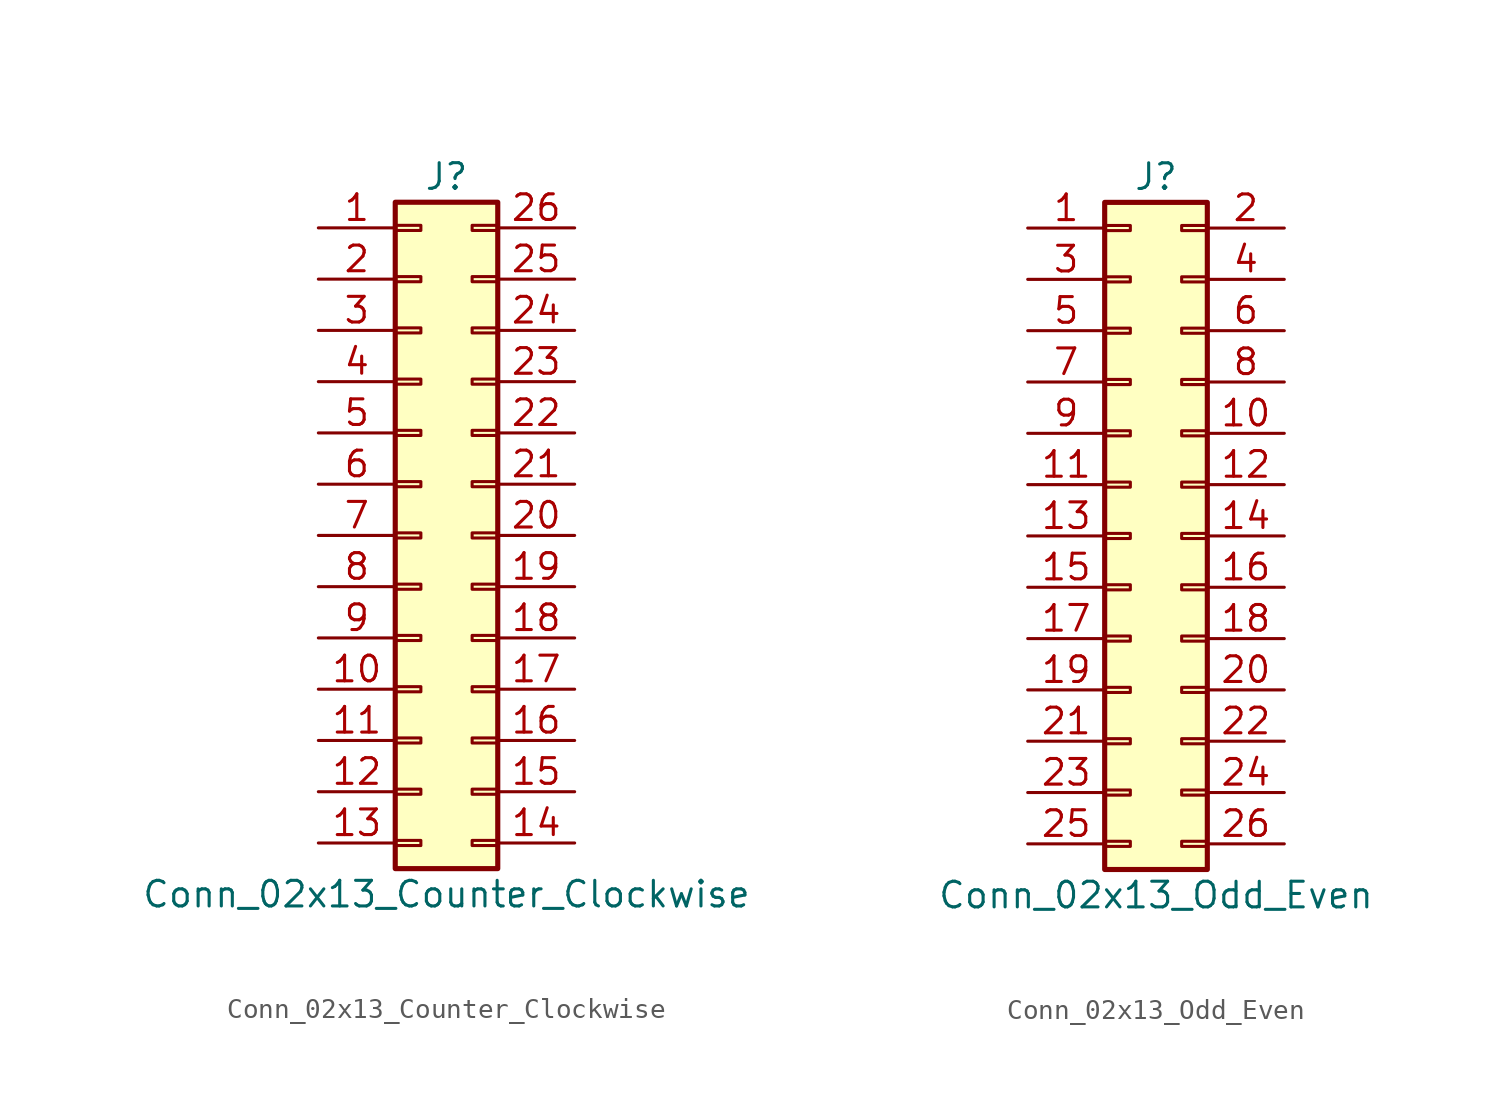
<source format=kicad_sym>
(kicad_symbol_lib
  (version 20220914)
  (generator kicad_symbol_editor)
  (symbol "Conn_02x13_Counter_Clockwise"
    (pin_names
      (offset 1.016) hide)
    (property "Reference" "J"
      (at 1.27 17.78 0)
      (effects (font (size 1.27 1.27))))
    (property "Value" "Conn_02x13_Counter_Clockwise"
      (at 1.27 -17.78 0)
      (effects (font (size 1.27 1.27))))
    (symbol "Conn_02x13_Counter_Clockwise_1_1"
      (rectangle (start -1.27 -15.113) (end 0 -15.367) (stroke (width 0.152) (type solid)) (fill (type none)))
      (rectangle (start -1.27 -12.573) (end 0 -12.827) (stroke (width 0.152) (type solid)) (fill (type none)))
      (rectangle (start -1.27 -10.033) (end 0 -10.287) (stroke (width 0.152) (type solid)) (fill (type none)))
      (rectangle (start -1.27 -7.493) (end 0 -7.747) (stroke (width 0.152) (type solid)) (fill (type none)))
      (rectangle (start -1.27 -4.953) (end 0 -5.207) (stroke (width 0.152) (type solid)) (fill (type none)))
      (rectangle (start -1.27 -2.413) (end 0 -2.667) (stroke (width 0.152) (type solid)) (fill (type none)))
      (rectangle (start -1.27 0.127) (end 0 -0.127) (stroke (width 0.152) (type solid)) (fill (type none)))
      (rectangle (start -1.27 2.667) (end 0 2.413) (stroke (width 0.152) (type solid)) (fill (type none)))
      (rectangle (start -1.27 5.207) (end 0 4.953) (stroke (width 0.152) (type solid)) (fill (type none)))
      (rectangle (start -1.27 7.747) (end 0 7.493) (stroke (width 0.152) (type solid)) (fill (type none)))
      (rectangle (start -1.27 10.287) (end 0 10.033) (stroke (width 0.152) (type solid)) (fill (type none)))
      (rectangle (start -1.27 12.827) (end 0 12.573) (stroke (width 0.152) (type solid)) (fill (type none)))
      (rectangle (start -1.27 15.367) (end 0 15.113) (stroke (width 0.152) (type solid)) (fill (type none)))
      (rectangle (start -1.27 16.51) (end 3.81 -16.51) (stroke (width 0.254) (type solid)) (fill (type background)))
      (rectangle (start 3.81 -15.113) (end 2.54 -15.367) (stroke (width 0.152) (type solid)) (fill (type none)))
      (rectangle (start 3.81 -12.573) (end 2.54 -12.827) (stroke (width 0.152) (type solid)) (fill (type none)))
      (rectangle (start 3.81 -10.033) (end 2.54 -10.287) (stroke (width 0.152) (type solid)) (fill (type none)))
      (rectangle (start 3.81 -7.493) (end 2.54 -7.747) (stroke (width 0.152) (type solid)) (fill (type none)))
      (rectangle (start 3.81 -4.953) (end 2.54 -5.207) (stroke (width 0.152) (type solid)) (fill (type none)))
      (rectangle (start 3.81 -2.413) (end 2.54 -2.667) (stroke (width 0.152) (type solid)) (fill (type none)))
      (rectangle (start 3.81 0.127) (end 2.54 -0.127) (stroke (width 0.152) (type solid)) (fill (type none)))
      (rectangle (start 3.81 2.667) (end 2.54 2.413) (stroke (width 0.152) (type solid)) (fill (type none)))
      (rectangle (start 3.81 5.207) (end 2.54 4.953) (stroke (width 0.152) (type solid)) (fill (type none)))
      (rectangle (start 3.81 7.747) (end 2.54 7.493) (stroke (width 0.152) (type solid)) (fill (type none)))
      (rectangle (start 3.81 10.287) (end 2.54 10.033) (stroke (width 0.152) (type solid)) (fill (type none)))
      (rectangle (start 3.81 12.827) (end 2.54 12.573) (stroke (width 0.152) (type solid)) (fill (type none)))
      (rectangle (start 3.81 15.367) (end 2.54 15.113) (stroke (width 0.152) (type solid)) (fill (type none)))
      (pin passive line (at -5.08 15.24 0) (length 3.81) (name "Pin_1" (effects (font (size 1.27 1.27)))) (number "1" (effects (font (size 1.27 1.27)))))
      (pin passive line (at -5.08 -7.62 0) (length 3.81) (name "Pin_10" (effects (font (size 1.27 1.27)))) (number "10" (effects (font (size 1.27 1.27)))))
      (pin passive line (at -5.08 -10.16 0) (length 3.81) (name "Pin_11" (effects (font (size 1.27 1.27)))) (number "11" (effects (font (size 1.27 1.27)))))
      (pin passive line (at -5.08 -12.7 0) (length 3.81) (name "Pin_12" (effects (font (size 1.27 1.27)))) (number "12" (effects (font (size 1.27 1.27)))))
      (pin passive line (at -5.08 -15.24 0) (length 3.81) (name "Pin_13" (effects (font (size 1.27 1.27)))) (number "13" (effects (font (size 1.27 1.27)))))
      (pin passive line (at 7.62 -15.24 180) (length 3.81) (name "Pin_14" (effects (font (size 1.27 1.27)))) (number "14" (effects (font (size 1.27 1.27)))))
      (pin passive line (at 7.62 -12.7 180) (length 3.81) (name "Pin_15" (effects (font (size 1.27 1.27)))) (number "15" (effects (font (size 1.27 1.27)))))
      (pin passive line (at 7.62 -10.16 180) (length 3.81) (name "Pin_16" (effects (font (size 1.27 1.27)))) (number "16" (effects (font (size 1.27 1.27)))))
      (pin passive line (at 7.62 -7.62 180) (length 3.81) (name "Pin_17" (effects (font (size 1.27 1.27)))) (number "17" (effects (font (size 1.27 1.27)))))
      (pin passive line (at 7.62 -5.08 180) (length 3.81) (name "Pin_18" (effects (font (size 1.27 1.27)))) (number "18" (effects (font (size 1.27 1.27)))))
      (pin passive line (at 7.62 -2.54 180) (length 3.81) (name "Pin_19" (effects (font (size 1.27 1.27)))) (number "19" (effects (font (size 1.27 1.27)))))
      (pin passive line (at -5.08 12.7 0) (length 3.81) (name "Pin_2" (effects (font (size 1.27 1.27)))) (number "2" (effects (font (size 1.27 1.27)))))
      (pin passive line (at 7.62 0 180) (length 3.81) (name "Pin_20" (effects (font (size 1.27 1.27)))) (number "20" (effects (font (size 1.27 1.27)))))
      (pin passive line (at 7.62 2.54 180) (length 3.81) (name "Pin_21" (effects (font (size 1.27 1.27)))) (number "21" (effects (font (size 1.27 1.27)))))
      (pin passive line (at 7.62 5.08 180) (length 3.81) (name "Pin_22" (effects (font (size 1.27 1.27)))) (number "22" (effects (font (size 1.27 1.27)))))
      (pin passive line (at 7.62 7.62 180) (length 3.81) (name "Pin_23" (effects (font (size 1.27 1.27)))) (number "23" (effects (font (size 1.27 1.27)))))
      (pin passive line (at 7.62 10.16 180) (length 3.81) (name "Pin_24" (effects (font (size 1.27 1.27)))) (number "24" (effects (font (size 1.27 1.27)))))
      (pin passive line (at 7.62 12.7 180) (length 3.81) (name "Pin_25" (effects (font (size 1.27 1.27)))) (number "25" (effects (font (size 1.27 1.27)))))
      (pin passive line (at 7.62 15.24 180) (length 3.81) (name "Pin_26" (effects (font (size 1.27 1.27)))) (number "26" (effects (font (size 1.27 1.27)))))
      (pin passive line (at -5.08 10.16 0) (length 3.81) (name "Pin_3" (effects (font (size 1.27 1.27)))) (number "3" (effects (font (size 1.27 1.27)))))
      (pin passive line (at -5.08 7.62 0) (length 3.81) (name "Pin_4" (effects (font (size 1.27 1.27)))) (number "4" (effects (font (size 1.27 1.27)))))
      (pin passive line (at -5.08 5.08 0) (length 3.81) (name "Pin_5" (effects (font (size 1.27 1.27)))) (number "5" (effects (font (size 1.27 1.27)))))
      (pin passive line (at -5.08 2.54 0) (length 3.81) (name "Pin_6" (effects (font (size 1.27 1.27)))) (number "6" (effects (font (size 1.27 1.27)))))
      (pin passive line (at -5.08 0 0) (length 3.81) (name "Pin_7" (effects (font (size 1.27 1.27)))) (number "7" (effects (font (size 1.27 1.27)))))
      (pin passive line (at -5.08 -2.54 0) (length 3.81) (name "Pin_8" (effects (font (size 1.27 1.27)))) (number "8" (effects (font (size 1.27 1.27)))))
      (pin passive line (at -5.08 -5.08 0) (length 3.81) (name "Pin_9" (effects (font (size 1.27 1.27)))) (number "9" (effects (font (size 1.27 1.27)))))))
  (symbol "Conn_02x13_Odd_Even"
    (pin_names
      (offset 1.016) hide)
    (property "Reference" "J"
      (at 1.27 17.78 0)
      (effects (font (size 1.27 1.27))))
    (property "Value" "Conn_02x13_Odd_Even"
      (at 1.27 -17.78 0)
      (effects (font (size 1.27 1.27))))
    (symbol "Conn_02x13_Odd_Even_1_1"
      (rectangle (start -1.27 -15.113) (end 0 -15.367) (stroke (width 0.152) (type solid)) (fill (type none)))
      (rectangle (start -1.27 -12.573) (end 0 -12.827) (stroke (width 0.152) (type solid)) (fill (type none)))
      (rectangle (start -1.27 -10.033) (end 0 -10.287) (stroke (width 0.152) (type solid)) (fill (type none)))
      (rectangle (start -1.27 -7.493) (end 0 -7.747) (stroke (width 0.152) (type solid)) (fill (type none)))
      (rectangle (start -1.27 -4.953) (end 0 -5.207) (stroke (width 0.152) (type solid)) (fill (type none)))
      (rectangle (start -1.27 -2.413) (end 0 -2.667) (stroke (width 0.152) (type solid)) (fill (type none)))
      (rectangle (start -1.27 0.127) (end 0 -0.127) (stroke (width 0.152) (type solid)) (fill (type none)))
      (rectangle (start -1.27 2.667) (end 0 2.413) (stroke (width 0.152) (type solid)) (fill (type none)))
      (rectangle (start -1.27 5.207) (end 0 4.953) (stroke (width 0.152) (type solid)) (fill (type none)))
      (rectangle (start -1.27 7.747) (end 0 7.493) (stroke (width 0.152) (type solid)) (fill (type none)))
      (rectangle (start -1.27 10.287) (end 0 10.033) (stroke (width 0.152) (type solid)) (fill (type none)))
      (rectangle (start -1.27 12.827) (end 0 12.573) (stroke (width 0.152) (type solid)) (fill (type none)))
      (rectangle (start -1.27 15.367) (end 0 15.113) (stroke (width 0.152) (type solid)) (fill (type none)))
      (rectangle (start -1.27 16.51) (end 3.81 -16.51) (stroke (width 0.254) (type solid)) (fill (type background)))
      (rectangle (start 3.81 -15.113) (end 2.54 -15.367) (stroke (width 0.152) (type solid)) (fill (type none)))
      (rectangle (start 3.81 -12.573) (end 2.54 -12.827) (stroke (width 0.152) (type solid)) (fill (type none)))
      (rectangle (start 3.81 -10.033) (end 2.54 -10.287) (stroke (width 0.152) (type solid)) (fill (type none)))
      (rectangle (start 3.81 -7.493) (end 2.54 -7.747) (stroke (width 0.152) (type solid)) (fill (type none)))
      (rectangle (start 3.81 -4.953) (end 2.54 -5.207) (stroke (width 0.152) (type solid)) (fill (type none)))
      (rectangle (start 3.81 -2.413) (end 2.54 -2.667) (stroke (width 0.152) (type solid)) (fill (type none)))
      (rectangle (start 3.81 0.127) (end 2.54 -0.127) (stroke (width 0.152) (type solid)) (fill (type none)))
      (rectangle (start 3.81 2.667) (end 2.54 2.413) (stroke (width 0.152) (type solid)) (fill (type none)))
      (rectangle (start 3.81 5.207) (end 2.54 4.953) (stroke (width 0.152) (type solid)) (fill (type none)))
      (rectangle (start 3.81 7.747) (end 2.54 7.493) (stroke (width 0.152) (type solid)) (fill (type none)))
      (rectangle (start 3.81 10.287) (end 2.54 10.033) (stroke (width 0.152) (type solid)) (fill (type none)))
      (rectangle (start 3.81 12.827) (end 2.54 12.573) (stroke (width 0.152) (type solid)) (fill (type none)))
      (rectangle (start 3.81 15.367) (end 2.54 15.113) (stroke (width 0.152) (type solid)) (fill (type none)))
      (pin passive line (at -5.08 15.24 0) (length 3.81) (name "Pin_1" (effects (font (size 1.27 1.27)))) (number "1" (effects (font (size 1.27 1.27)))))
      (pin passive line (at 7.62 5.08 180) (length 3.81) (name "Pin_10" (effects (font (size 1.27 1.27)))) (number "10" (effects (font (size 1.27 1.27)))))
      (pin passive line (at -5.08 2.54 0) (length 3.81) (name "Pin_11" (effects (font (size 1.27 1.27)))) (number "11" (effects (font (size 1.27 1.27)))))
      (pin passive line (at 7.62 2.54 180) (length 3.81) (name "Pin_12" (effects (font (size 1.27 1.27)))) (number "12" (effects (font (size 1.27 1.27)))))
      (pin passive line (at -5.08 0 0) (length 3.81) (name "Pin_13" (effects (font (size 1.27 1.27)))) (number "13" (effects (font (size 1.27 1.27)))))
      (pin passive line (at 7.62 0 180) (length 3.81) (name "Pin_14" (effects (font (size 1.27 1.27)))) (number "14" (effects (font (size 1.27 1.27)))))
      (pin passive line (at -5.08 -2.54 0) (length 3.81) (name "Pin_15" (effects (font (size 1.27 1.27)))) (number "15" (effects (font (size 1.27 1.27)))))
      (pin passive line (at 7.62 -2.54 180) (length 3.81) (name "Pin_16" (effects (font (size 1.27 1.27)))) (number "16" (effects (font (size 1.27 1.27)))))
      (pin passive line (at -5.08 -5.08 0) (length 3.81) (name "Pin_17" (effects (font (size 1.27 1.27)))) (number "17" (effects (font (size 1.27 1.27)))))
      (pin passive line (at 7.62 -5.08 180) (length 3.81) (name "Pin_18" (effects (font (size 1.27 1.27)))) (number "18" (effects (font (size 1.27 1.27)))))
      (pin passive line (at -5.08 -7.62 0) (length 3.81) (name "Pin_19" (effects (font (size 1.27 1.27)))) (number "19" (effects (font (size 1.27 1.27)))))
      (pin passive line (at 7.62 15.24 180) (length 3.81) (name "Pin_2" (effects (font (size 1.27 1.27)))) (number "2" (effects (font (size 1.27 1.27)))))
      (pin passive line (at 7.62 -7.62 180) (length 3.81) (name "Pin_20" (effects (font (size 1.27 1.27)))) (number "20" (effects (font (size 1.27 1.27)))))
      (pin passive line (at -5.08 -10.16 0) (length 3.81) (name "Pin_21" (effects (font (size 1.27 1.27)))) (number "21" (effects (font (size 1.27 1.27)))))
      (pin passive line (at 7.62 -10.16 180) (length 3.81) (name "Pin_22" (effects (font (size 1.27 1.27)))) (number "22" (effects (font (size 1.27 1.27)))))
      (pin passive line (at -5.08 -12.7 0) (length 3.81) (name "Pin_23" (effects (font (size 1.27 1.27)))) (number "23" (effects (font (size 1.27 1.27)))))
      (pin passive line (at 7.62 -12.7 180) (length 3.81) (name "Pin_24" (effects (font (size 1.27 1.27)))) (number "24" (effects (font (size 1.27 1.27)))))
      (pin passive line (at -5.08 -15.24 0) (length 3.81) (name "Pin_25" (effects (font (size 1.27 1.27)))) (number "25" (effects (font (size 1.27 1.27)))))
      (pin passive line (at 7.62 -15.24 180) (length 3.81) (name "Pin_26" (effects (font (size 1.27 1.27)))) (number "26" (effects (font (size 1.27 1.27)))))
      (pin passive line (at -5.08 12.7 0) (length 3.81) (name "Pin_3" (effects (font (size 1.27 1.27)))) (number "3" (effects (font (size 1.27 1.27)))))
      (pin passive line (at 7.62 12.7 180) (length 3.81) (name "Pin_4" (effects (font (size 1.27 1.27)))) (number "4" (effects (font (size 1.27 1.27)))))
      (pin passive line (at -5.08 10.16 0) (length 3.81) (name "Pin_5" (effects (font (size 1.27 1.27)))) (number "5" (effects (font (size 1.27 1.27)))))
      (pin passive line (at 7.62 10.16 180) (length 3.81) (name "Pin_6" (effects (font (size 1.27 1.27)))) (number "6" (effects (font (size 1.27 1.27)))))
      (pin passive line (at -5.08 7.62 0) (length 3.81) (name "Pin_7" (effects (font (size 1.27 1.27)))) (number "7" (effects (font (size 1.27 1.27)))))
      (pin passive line (at 7.62 7.62 180) (length 3.81) (name "Pin_8" (effects (font (size 1.27 1.27)))) (number "8" (effects (font (size 1.27 1.27)))))
      (pin passive line (at -5.08 5.08 0) (length 3.81) (name "Pin_9" (effects (font (size 1.27 1.27)))) (number "9" (effects (font (size 1.27 1.27))))))))
</source>
